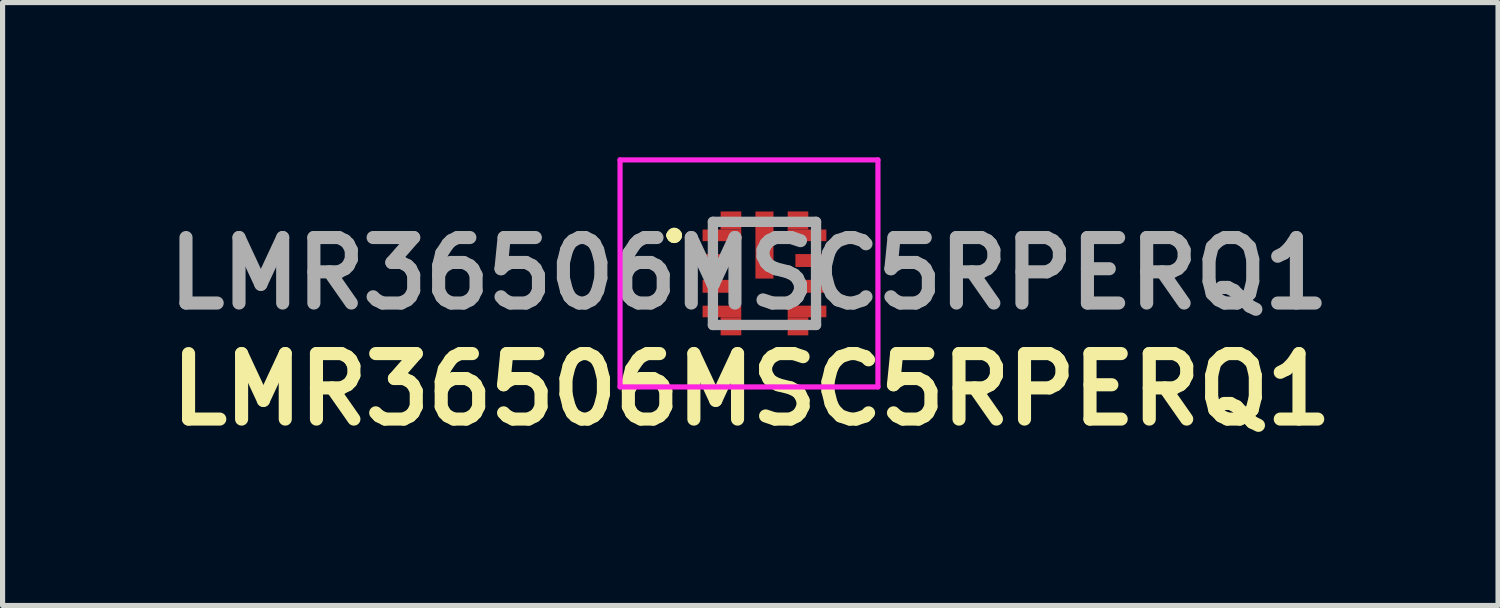
<source format=kicad_pcb>
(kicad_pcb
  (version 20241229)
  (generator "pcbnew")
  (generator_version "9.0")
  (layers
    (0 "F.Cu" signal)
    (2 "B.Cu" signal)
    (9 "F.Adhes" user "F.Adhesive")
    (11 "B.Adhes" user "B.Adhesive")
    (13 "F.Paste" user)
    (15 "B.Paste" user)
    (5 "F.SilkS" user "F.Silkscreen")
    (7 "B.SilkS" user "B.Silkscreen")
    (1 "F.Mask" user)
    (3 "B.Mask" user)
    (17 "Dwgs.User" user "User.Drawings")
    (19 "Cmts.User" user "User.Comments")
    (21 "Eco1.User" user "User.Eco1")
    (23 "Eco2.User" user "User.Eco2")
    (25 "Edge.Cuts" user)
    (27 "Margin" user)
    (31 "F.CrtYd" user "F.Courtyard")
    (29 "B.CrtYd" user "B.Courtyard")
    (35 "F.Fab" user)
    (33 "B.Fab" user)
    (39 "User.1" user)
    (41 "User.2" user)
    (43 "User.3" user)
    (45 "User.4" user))
  (footprint "LMR36506MSC5RPERQ1"
    (layer "F.Cu")
    (at 11.772 2.251)
    (property "Reference" "LMR36506MSC5RPERQ1" (at -0.25 2.25 0) (layer "F.SilkS") (effects (font (size 1.27 1.27) (thickness 0.254))))
    (attr smd)
    (fp_line (start -1.8 -0.738) (end -1.8 -0.738) (stroke (width 0.2) (type solid)) (layer "F.SilkS"))
    (fp_line (start -1.8 -0.738) (end -1.8 -0.738) (stroke (width 0.2) (type solid)) (layer "F.SilkS"))
    (fp_line (start -1.7 -0.738) (end -1.7 -0.738) (stroke (width 0.2) (type solid)) (layer "F.SilkS"))
    (fp_arc (start -1.8 -0.738) (mid -1.75 -0.788) (end -1.7 -0.738) (stroke (width 0.2) (type solid)) (layer "F.SilkS"))
    (fp_arc (start -1.7 -0.738) (mid -1.75 -0.688) (end -1.8 -0.738) (stroke (width 0.2) (type solid)) (layer "F.SilkS"))
    (fp_arc (start -1.7 -0.738) (mid -1.75 -0.688) (end -1.8 -0.738) (stroke (width 0.2) (type solid)) (layer "F.SilkS"))
    (fp_line (start -2.8 -2.201) (end 2.2 -2.201) (stroke (width 0.1) (type solid)) (layer "F.CrtYd"))
    (fp_line (start -2.8 2.201) (end -2.8 -2.201) (stroke (width 0.1) (type solid)) (layer "F.CrtYd"))
    (fp_line (start 2.2 -2.201) (end 2.2 2.201) (stroke (width 0.1) (type solid)) (layer "F.CrtYd"))
    (fp_line (start 2.2 2.201) (end -2.8 2.201) (stroke (width 0.1) (type solid)) (layer "F.CrtYd"))
    (fp_line (start -1 -1) (end -1 1) (stroke (width 0.2) (type solid)) (layer "F.Fab"))
    (fp_line (start -1 1) (end 1 1) (stroke (width 0.2) (type solid)) (layer "F.Fab"))
    (fp_line (start 1 -1) (end -1 -1) (stroke (width 0.2) (type solid)) (layer "F.Fab"))
    (fp_line (start 1 1) (end 1 -1) (stroke (width 0.2) (type solid)) (layer "F.Fab"))
    (fp_text user "${REFERENCE}" (at -0.3 0 0) (layer "F.Fab") (effects (font (size 1.27 1.27) (thickness 0.254))))
    (pad "1" smd rect (at -0.825 -0.738 90) (size 0.225 0.75) (layers "F.Cu" "F.Mask" "F.Paste"))
    (pad "1" smd rect (at -0.65 -1.026 90) (size 0.35 0.4) (layers "F.Cu" "F.Mask" "F.Paste"))
    (pad "2" smd rect (at -0.9 -0.25 90) (size 0.25 0.6) (layers "F.Cu" "F.Mask" "F.Paste"))
    (pad "3" smd rect (at -0.9 0.25 90) (size 0.25 0.6) (layers "F.Cu" "F.Mask" "F.Paste"))
    (pad "4" smd rect (at -0.825 0.738 90) (size 0.225 0.75) (layers "F.Cu" "F.Mask" "F.Paste"))
    (pad "4" smd rect (at -0.65 1.026 90) (size 0.35 0.4) (layers "F.Cu" "F.Mask" "F.Paste"))
    (pad "5" smd rect (at 0.65 1.026 90) (size 0.35 0.4) (layers "F.Cu" "F.Mask" "F.Paste"))
    (pad "5" smd rect (at 0.825 0.738 90) (size 0.225 0.75) (layers "F.Cu" "F.Mask" "F.Paste"))
    (pad "6" smd rect (at 0.9 0.25 90) (size 0.25 0.6) (layers "F.Cu" "F.Mask" "F.Paste"))
    (pad "7" smd rect (at 0.9 -0.25 90) (size 0.25 0.6) (layers "F.Cu" "F.Mask" "F.Paste"))
    (pad "8" smd rect (at 0.65 -1.026 90) (size 0.35 0.4) (layers "F.Cu" "F.Mask" "F.Paste"))
    (pad "8" smd rect (at 0.825 -0.738 90) (size 0.225 0.75) (layers "F.Cu" "F.Mask" "F.Paste"))
    (pad "9" smd rect (at 0 -0.55) (size 0.35 1.3) (layers "F.Cu" "F.Mask" "F.Paste")))
  (gr_rect
    (start -3 -3)
    (end 25.995 8.69)
    (stroke (width 0.1) (type default))
    (fill no)
    (layer "Edge.Cuts")))
</source>
